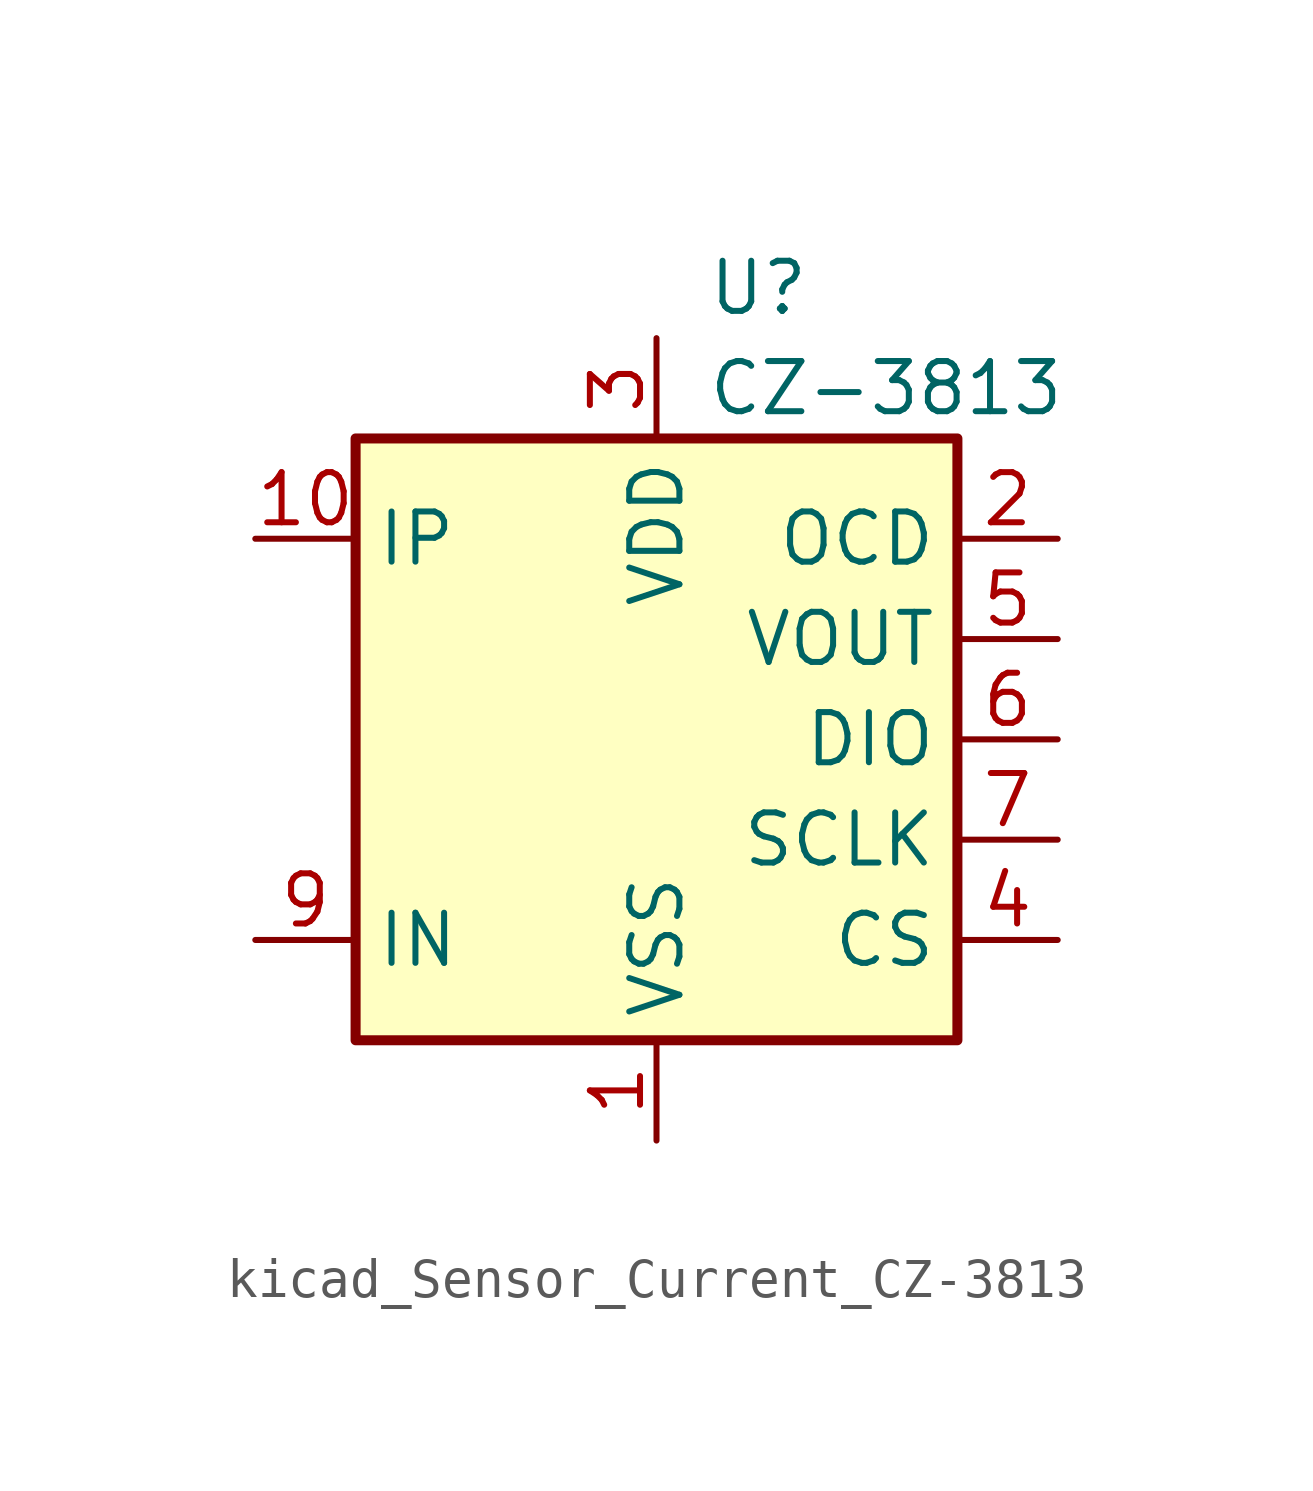
<source format=kicad_sym>
(kicad_symbol_lib
  (version 20220914)
  (generator kicad_symbol_editor)
  (symbol "kicad_Sensor_Current_CZ-3813"
    (property "Reference" "U"
      (at 1.27 11.43 0)
      (effects (font (size 1.27 1.27)) (justify left)))
    (property "Value" "CZ-3813"
      (at 1.27 8.89 0)
      (effects (font (size 1.27 1.27)) (justify left)))
    (symbol "kicad_Sensor_Current_CZ-3813_0_1"
      (rectangle (start -7.62 7.62) (end 7.62 -7.62) (stroke (width 0.254) (type default)) (fill (type background))))
    (symbol "kicad_Sensor_Current_CZ-3813_1_1"
      (pin power_in line (at 0 -10.16 90) (length 2.54) (name "VSS" (effects (font (size 1.27 1.27)))) (number "1" (effects (font (size 1.27 1.27)))))
      (pin passive line (at -10.16 5.08 0) (length 2.54) (name "IP" (effects (font (size 1.27 1.27)))) (number "10" (effects (font (size 1.27 1.27)))))
      (pin output line (at 10.16 5.08 180) (length 2.54) (name "OCD" (effects (font (size 1.27 1.27)))) (number "2" (effects (font (size 1.27 1.27)))))
      (pin power_in line (at 0 10.16 270) (length 2.54) (name "VDD" (effects (font (size 1.27 1.27)))) (number "3" (effects (font (size 1.27 1.27)))))
      (pin input line (at 10.16 -5.08 180) (length 2.54) (name "CS" (effects (font (size 1.27 1.27)))) (number "4" (effects (font (size 1.27 1.27)))))
      (pin output line (at 10.16 2.54 180) (length 2.54) (name "VOUT" (effects (font (size 1.27 1.27)))) (number "5" (effects (font (size 1.27 1.27)))))
      (pin bidirectional line (at 10.16 0 180) (length 2.54) (name "DIO" (effects (font (size 1.27 1.27)))) (number "6" (effects (font (size 1.27 1.27)))))
      (pin input line (at 10.16 -2.54 180) (length 2.54) (name "SCLK" (effects (font (size 1.27 1.27)))) (number "7" (effects (font (size 1.27 1.27)))))
      (pin passive line (at 0 -10.16 90) (length 2.54) hide (name "VSS" (effects (font (size 1.27 1.27)))) (number "8" (effects (font (size 1.27 1.27)))))
      (pin passive line (at -10.16 -5.08 0) (length 2.54) (name "IN" (effects (font (size 1.27 1.27)))) (number "9" (effects (font (size 1.27 1.27))))))))
</source>
